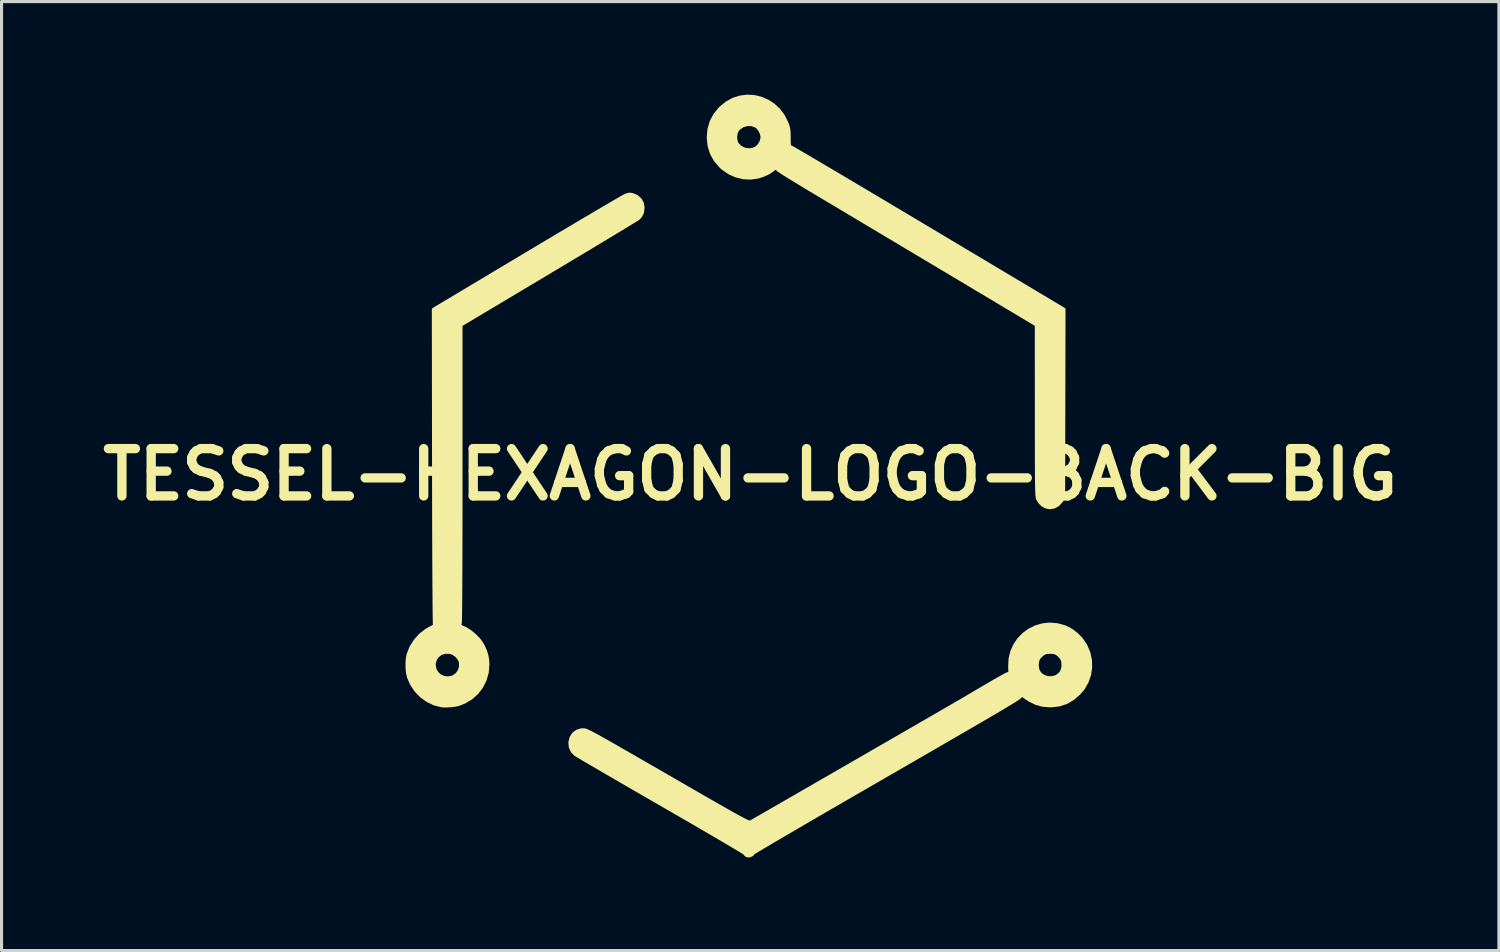
<source format=kicad_pcb>
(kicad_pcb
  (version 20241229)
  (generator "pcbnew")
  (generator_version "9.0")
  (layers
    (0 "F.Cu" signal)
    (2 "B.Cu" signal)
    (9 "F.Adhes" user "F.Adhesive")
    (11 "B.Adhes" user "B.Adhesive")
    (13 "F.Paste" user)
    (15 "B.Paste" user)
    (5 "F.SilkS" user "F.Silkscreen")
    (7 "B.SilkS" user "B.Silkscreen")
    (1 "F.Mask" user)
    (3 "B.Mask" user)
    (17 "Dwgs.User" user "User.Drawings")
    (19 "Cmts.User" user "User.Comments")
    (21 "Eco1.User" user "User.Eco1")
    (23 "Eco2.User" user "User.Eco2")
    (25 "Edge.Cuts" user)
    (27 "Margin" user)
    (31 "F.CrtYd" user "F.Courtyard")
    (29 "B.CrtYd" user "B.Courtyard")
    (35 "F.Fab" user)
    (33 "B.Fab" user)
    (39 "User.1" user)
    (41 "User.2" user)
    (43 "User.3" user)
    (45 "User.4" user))
  (footprint "TESSEL-HEXAGON-LOGO-BACK-BIG"
    (layer "F.Cu")
    (at 21.126 12.241)
    (property "Reference" "TESSEL-HEXAGON-LOGO-BACK-BIG" (at 0 0 0) (layer "F.SilkS") (effects (font (size 1.524 1.524) (thickness 0.3))))
    (attr through_hole)
    (fp_poly (pts (xy 10.11 -5.325) (xy 10.103 -2.284) (xy 10.097 0.758) (xy 10.02 0.865) (xy 9.916 0.977) (xy 9.795 1.045) (xy 9.665 1.069) (xy 9.533 1.046) (xy 9.425 0.989) (xy 9.341 0.911) (xy 9.277 0.819) (xy 9.27 0.805) (xy 9.262 0.787) (xy 9.255 0.765) (xy 9.249 0.738) (xy 9.244 0.702) (xy 9.24 0.654) (xy 9.236 0.592) (xy 9.232 0.512) (xy 9.23 0.411) (xy 9.227 0.287) (xy 9.225 0.137) (xy 9.224 -0.043) (xy 9.223 -0.255) (xy 9.222 -0.502) (xy 9.222 -0.787) (xy 9.221 -1.114) (xy 9.221 -1.484) (xy 9.221 -1.901) (xy 9.221 -2.061) (xy 9.22 -4.82) (xy 6.179 -6.637) (xy 5.796 -6.865) (xy 5.41 -7.095) (xy 5.027 -7.324) (xy 4.649 -7.55) (xy 4.28 -7.77) (xy 3.924 -7.983) (xy 3.584 -8.185) (xy 3.265 -8.376) (xy 2.97 -8.552) (xy 2.704 -8.711) (xy 2.468 -8.851) (xy 2.268 -8.971) (xy 2.108 -9.066) (xy 2.083 -9.081) (xy 1.868 -9.21) (xy 1.664 -9.333) (xy 1.474 -9.448) (xy 1.305 -9.552) (xy 1.159 -9.642) (xy 1.044 -9.715) (xy 0.962 -9.768) (xy 0.92 -9.797) (xy 0.812 -9.885) (xy 0.733 -9.818) (xy 0.592 -9.722) (xy 0.418 -9.641) (xy 0.381 -9.629) (xy 0.381 -10.875) (xy 0.361 -10.985) (xy 0.309 -11.095) (xy 0.236 -11.187) (xy 0.178 -11.23) (xy 0.041 -11.277) (xy -0.101 -11.278) (xy -0.238 -11.237) (xy -0.359 -11.156) (xy -0.417 -11.092) (xy -0.456 -11.004) (xy -0.471 -10.892) (xy -0.464 -10.776) (xy -0.433 -10.677) (xy -0.416 -10.65) (xy -0.309 -10.545) (xy -0.18 -10.482) (xy -0.04 -10.461) (xy 0.103 -10.486) (xy 0.181 -10.52) (xy 0.274 -10.599) (xy 0.344 -10.71) (xy 0.379 -10.835) (xy 0.381 -10.875) (xy 0.381 -9.629) (xy 0.261 -9.59) (xy 0.021 -9.554) (xy -0.22 -9.565) (xy -0.457 -9.622) (xy -0.681 -9.722) (xy -0.885 -9.864) (xy -0.964 -9.937) (xy -1.131 -10.136) (xy -1.251 -10.352) (xy -1.324 -10.587) (xy -1.351 -10.843) (xy -1.351 -10.871) (xy -1.328 -11.131) (xy -1.259 -11.37) (xy -1.143 -11.589) (xy -0.98 -11.791) (xy -0.95 -11.821) (xy -0.754 -11.979) (xy -0.544 -12.093) (xy -0.322 -12.163) (xy -0.096 -12.191) (xy 0.13 -12.178) (xy 0.35 -12.125) (xy 0.56 -12.035) (xy 0.753 -11.909) (xy 0.925 -11.747) (xy 1.07 -11.551) (xy 1.183 -11.323) (xy 1.209 -11.252) (xy 1.235 -11.153) (xy 1.249 -11.036) (xy 1.254 -10.887) (xy 1.254 -10.841) (xy 1.254 -10.721) (xy 1.257 -10.642) (xy 1.263 -10.595) (xy 1.277 -10.571) (xy 1.298 -10.559) (xy 1.316 -10.554) (xy 1.344 -10.54) (xy 1.413 -10.5) (xy 1.521 -10.438) (xy 1.667 -10.352) (xy 1.849 -10.246) (xy 2.063 -10.12) (xy 2.308 -9.975) (xy 2.582 -9.813) (xy 2.883 -9.635) (xy 3.208 -9.442) (xy 3.556 -9.235) (xy 3.925 -9.016) (xy 4.312 -8.786) (xy 4.715 -8.545) (xy 5.133 -8.297) (xy 5.562 -8.04) (xy 5.744 -7.932) (xy 10.11 -5.325)) (stroke (width 0.1) (type solid)) (fill yes) (layer "F.SilkS"))
    (fp_poly (pts (xy -3.454 -8.598) (xy -3.475 -8.444) (xy -3.537 -8.318) (xy -3.599 -8.253) (xy -3.629 -8.232) (xy -3.701 -8.187) (xy -3.811 -8.12) (xy -3.957 -8.031) (xy -4.136 -7.922) (xy -4.345 -7.796) (xy -4.582 -7.653) (xy -4.844 -7.495) (xy -5.128 -7.324) (xy -5.432 -7.142) (xy -5.753 -6.95) (xy -6.088 -6.749) (xy -6.435 -6.542) (xy -6.498 -6.504) (xy -9.322 -4.818) (xy -9.322 -0.053) (xy -9.322 0.527) (xy -9.322 1.078) (xy -9.323 1.596) (xy -9.324 2.082) (xy -9.325 2.532) (xy -9.326 2.947) (xy -9.328 3.323) (xy -9.329 3.66) (xy -9.331 3.957) (xy -9.333 4.211) (xy -9.336 4.422) (xy -9.338 4.587) (xy -9.341 4.706) (xy -9.344 4.776) (xy -9.346 4.796) (xy -9.358 4.855) (xy -9.347 4.884) (xy -9.327 4.894) (xy -9.172 4.963) (xy -9.011 5.067) (xy -8.859 5.195) (xy -8.727 5.334) (xy -8.63 5.474) (xy -8.619 5.494) (xy -8.537 5.674) (xy -8.486 5.836) (xy -8.46 5.998) (xy -8.455 6.124) (xy -8.477 6.381) (xy -8.546 6.622) (xy -8.657 6.843) (xy -8.807 7.039) (xy -8.991 7.204) (xy -9.208 7.333) (xy -9.335 7.383) (xy -9.335 6.193) (xy -9.337 6.053) (xy -9.337 6.051) (xy -9.38 5.945) (xy -9.46 5.847) (xy -9.563 5.771) (xy -9.676 5.729) (xy -9.685 5.727) (xy -9.834 5.727) (xy -9.965 5.768) (xy -10.071 5.846) (xy -10.146 5.954) (xy -10.183 6.087) (xy -10.185 6.134) (xy -10.163 6.272) (xy -10.1 6.388) (xy -10.007 6.477) (xy -9.89 6.535) (xy -9.759 6.556) (xy -9.621 6.536) (xy -9.56 6.512) (xy -9.452 6.434) (xy -9.375 6.324) (xy -9.335 6.193) (xy -9.335 7.383) (xy -9.395 7.407) (xy -9.498 7.43) (xy -9.627 7.447) (xy -9.763 7.456) (xy -9.883 7.457) (xy -9.944 7.451) (xy -10.183 7.39) (xy -10.406 7.283) (xy -10.606 7.137) (xy -10.779 6.956) (xy -10.918 6.745) (xy -11.012 6.528) (xy -11.041 6.401) (xy -11.057 6.245) (xy -11.059 6.079) (xy -11.048 5.922) (xy -11.026 5.804) (xy -10.935 5.572) (xy -10.802 5.357) (xy -10.634 5.169) (xy -10.437 5.016) (xy -10.33 4.955) (xy -10.242 4.908) (xy -10.192 4.876) (xy -10.173 4.848) (xy -10.175 4.82) (xy -10.177 4.815) (xy -10.179 4.785) (xy -10.181 4.706) (xy -10.183 4.581) (xy -10.185 4.413) (xy -10.187 4.204) (xy -10.189 3.957) (xy -10.191 3.673) (xy -10.193 3.356) (xy -10.195 3.007) (xy -10.197 2.63) (xy -10.198 2.226) (xy -10.2 1.799) (xy -10.201 1.35) (xy -10.202 0.882) (xy -10.203 0.397) (xy -10.204 -0.102) (xy -10.204 -0.28) (xy -10.211 -5.322) (xy -7.173 -7.138) (xy -6.811 -7.354) (xy -6.459 -7.564) (xy -6.12 -7.766) (xy -5.797 -7.957) (xy -5.493 -8.138) (xy -5.21 -8.305) (xy -4.95 -8.459) (xy -4.716 -8.596) (xy -4.512 -8.716) (xy -4.338 -8.817) (xy -4.199 -8.897) (xy -4.097 -8.956) (xy -4.033 -8.991) (xy -4.014 -9) (xy -3.928 -9.027) (xy -3.86 -9.032) (xy -3.789 -9.018) (xy -3.651 -8.958) (xy -3.545 -8.863) (xy -3.478 -8.742) (xy -3.454 -8.599) (xy -3.454 -8.598)) (stroke (width 0.1) (type solid)) (fill yes) (layer "F.SilkS"))
    (fp_poly (pts (xy 10.969 6.217) (xy 10.933 6.454) (xy 10.853 6.682) (xy 10.731 6.895) (xy 10.598 7.053) (xy 10.401 7.223) (xy 10.192 7.345) (xy 10.079 7.383) (xy 10.079 6.171) (xy 10.074 6.033) (xy 10.033 5.923) (xy 9.95 5.828) (xy 9.914 5.799) (xy 9.851 5.757) (xy 9.787 5.735) (xy 9.702 5.728) (xy 9.665 5.728) (xy 9.567 5.732) (xy 9.499 5.748) (xy 9.438 5.782) (xy 9.415 5.799) (xy 9.348 5.86) (xy 9.294 5.926) (xy 9.284 5.944) (xy 9.254 6.043) (xy 9.248 6.164) (xy 9.266 6.283) (xy 9.287 6.34) (xy 9.359 6.437) (xy 9.463 6.506) (xy 9.587 6.545) (xy 9.718 6.55) (xy 9.844 6.517) (xy 9.877 6.501) (xy 9.981 6.424) (xy 10.045 6.329) (xy 10.076 6.204) (xy 10.079 6.171) (xy 10.079 7.383) (xy 9.966 7.421) (xy 9.719 7.451) (xy 9.665 7.452) (xy 9.423 7.433) (xy 9.203 7.372) (xy 8.991 7.266) (xy 8.922 7.221) (xy 8.757 7.108) (xy 8.69 7.172) (xy 8.672 7.187) (xy 8.644 7.208) (xy 8.604 7.235) (xy 8.55 7.27) (xy 8.482 7.313) (xy 8.398 7.365) (xy 8.294 7.427) (xy 8.171 7.501) (xy 8.027 7.587) (xy 7.859 7.686) (xy 7.666 7.799) (xy 7.446 7.928) (xy 7.198 8.072) (xy 6.92 8.234) (xy 6.61 8.413) (xy 6.267 8.612) (xy 5.889 8.831) (xy 5.475 9.071) (xy 5.022 9.333) (xy 4.528 9.617) (xy 3.994 9.926) (xy 3.766 10.058) (xy 3.366 10.289) (xy 2.977 10.514) (xy 2.604 10.73) (xy 2.247 10.937) (xy 1.91 11.133) (xy 1.594 11.318) (xy 1.301 11.489) (xy 1.034 11.645) (xy 0.795 11.785) (xy 0.587 11.908) (xy 0.411 12.013) (xy 0.269 12.097) (xy 0.165 12.16) (xy 0.1 12.201) (xy 0.077 12.218) (xy 0.077 12.218) (xy 0.076 12.238) (xy 0.038 12.264) (xy 0.038 12.264) (xy -0.037 12.29) (xy -0.096 12.284) (xy -0.134 12.266) (xy -0.165 12.236) (xy -0.166 12.219) (xy -0.186 12.204) (xy -0.247 12.165) (xy -0.348 12.104) (xy -0.484 12.023) (xy -0.653 11.922) (xy -0.854 11.804) (xy -1.083 11.669) (xy -1.337 11.521) (xy -1.614 11.359) (xy -1.911 11.186) (xy -2.226 11.004) (xy -2.556 10.813) (xy -2.852 10.642) (xy -3.194 10.445) (xy -3.526 10.253) (xy -3.843 10.07) (xy -4.143 9.896) (xy -4.424 9.733) (xy -4.683 9.583) (xy -4.916 9.447) (xy -5.122 9.327) (xy -5.297 9.225) (xy -5.438 9.142) (xy -5.543 9.079) (xy -5.609 9.04) (xy -5.633 9.025) (xy -5.735 8.919) (xy -5.796 8.788) (xy -5.811 8.64) (xy -5.809 8.62) (xy -5.772 8.474) (xy -5.696 8.357) (xy -5.589 8.274) (xy -5.456 8.231) (xy -5.382 8.226) (xy -5.361 8.227) (xy -5.338 8.23) (xy -5.31 8.238) (xy -5.275 8.25) (xy -5.23 8.27) (xy -5.173 8.297) (xy -5.101 8.333) (xy -5.012 8.38) (xy -4.903 8.439) (xy -4.773 8.512) (xy -4.618 8.599) (xy -4.437 8.702) (xy -4.226 8.823) (xy -3.983 8.962) (xy -3.706 9.121) (xy -3.392 9.302) (xy -3.039 9.505) (xy -2.654 9.728) (xy -2.259 9.956) (xy -1.906 10.16) (xy -1.592 10.341) (xy -1.315 10.5) (xy -1.073 10.639) (xy -0.862 10.759) (xy -0.682 10.861) (xy -0.529 10.947) (xy -0.401 11.018) (xy -0.295 11.075) (xy -0.21 11.12) (xy -0.144 11.153) (xy -0.092 11.177) (xy -0.054 11.192) (xy -0.027 11.2) (xy -0.009 11.202) (xy 0.004 11.2) (xy 0.005 11.199) (xy 0.034 11.183) (xy 0.104 11.143) (xy 0.213 11.08) (xy 0.356 10.998) (xy 0.532 10.896) (xy 0.738 10.778) (xy 0.97 10.645) (xy 1.225 10.497) (xy 1.501 10.338) (xy 1.795 10.168) (xy 2.104 9.99) (xy 2.425 9.805) (xy 2.755 9.615) (xy 3.091 9.421) (xy 3.431 9.225) (xy 3.771 9.029) (xy 4.108 8.834) (xy 4.439 8.643) (xy 4.763 8.456) (xy 5.075 8.276) (xy 5.373 8.104) (xy 5.653 7.942) (xy 5.914 7.791) (xy 6.152 7.653) (xy 6.364 7.531) (xy 6.547 7.425) (xy 6.699 7.337) (xy 6.816 7.269) (xy 6.895 7.223) (xy 6.934 7.2) (xy 7.185 7.051) (xy 7.419 6.913) (xy 7.633 6.788) (xy 7.823 6.677) (xy 7.986 6.584) (xy 8.118 6.511) (xy 8.214 6.458) (xy 8.272 6.43) (xy 8.28 6.427) (xy 8.369 6.395) (xy 8.361 6.189) (xy 8.374 5.938) (xy 8.43 5.704) (xy 8.526 5.492) (xy 8.656 5.302) (xy 8.815 5.14) (xy 8.998 5.008) (xy 9.202 4.908) (xy 9.42 4.845) (xy 9.649 4.821) (xy 9.883 4.839) (xy 10.118 4.902) (xy 10.264 4.967) (xy 10.394 5.048) (xy 10.529 5.157) (xy 10.649 5.276) (xy 10.672 5.304) (xy 10.813 5.513) (xy 10.909 5.74) (xy 10.961 5.976) (xy 10.969 6.217)) (stroke (width 0.1) (type solid)) (fill yes) (layer "F.SilkS")))
  (gr_rect
    (start -3 -3)
    (end 45.251 27.58)
    (stroke (width 0.1) (type default))
    (fill no)
    (layer "Edge.Cuts")))
</source>
